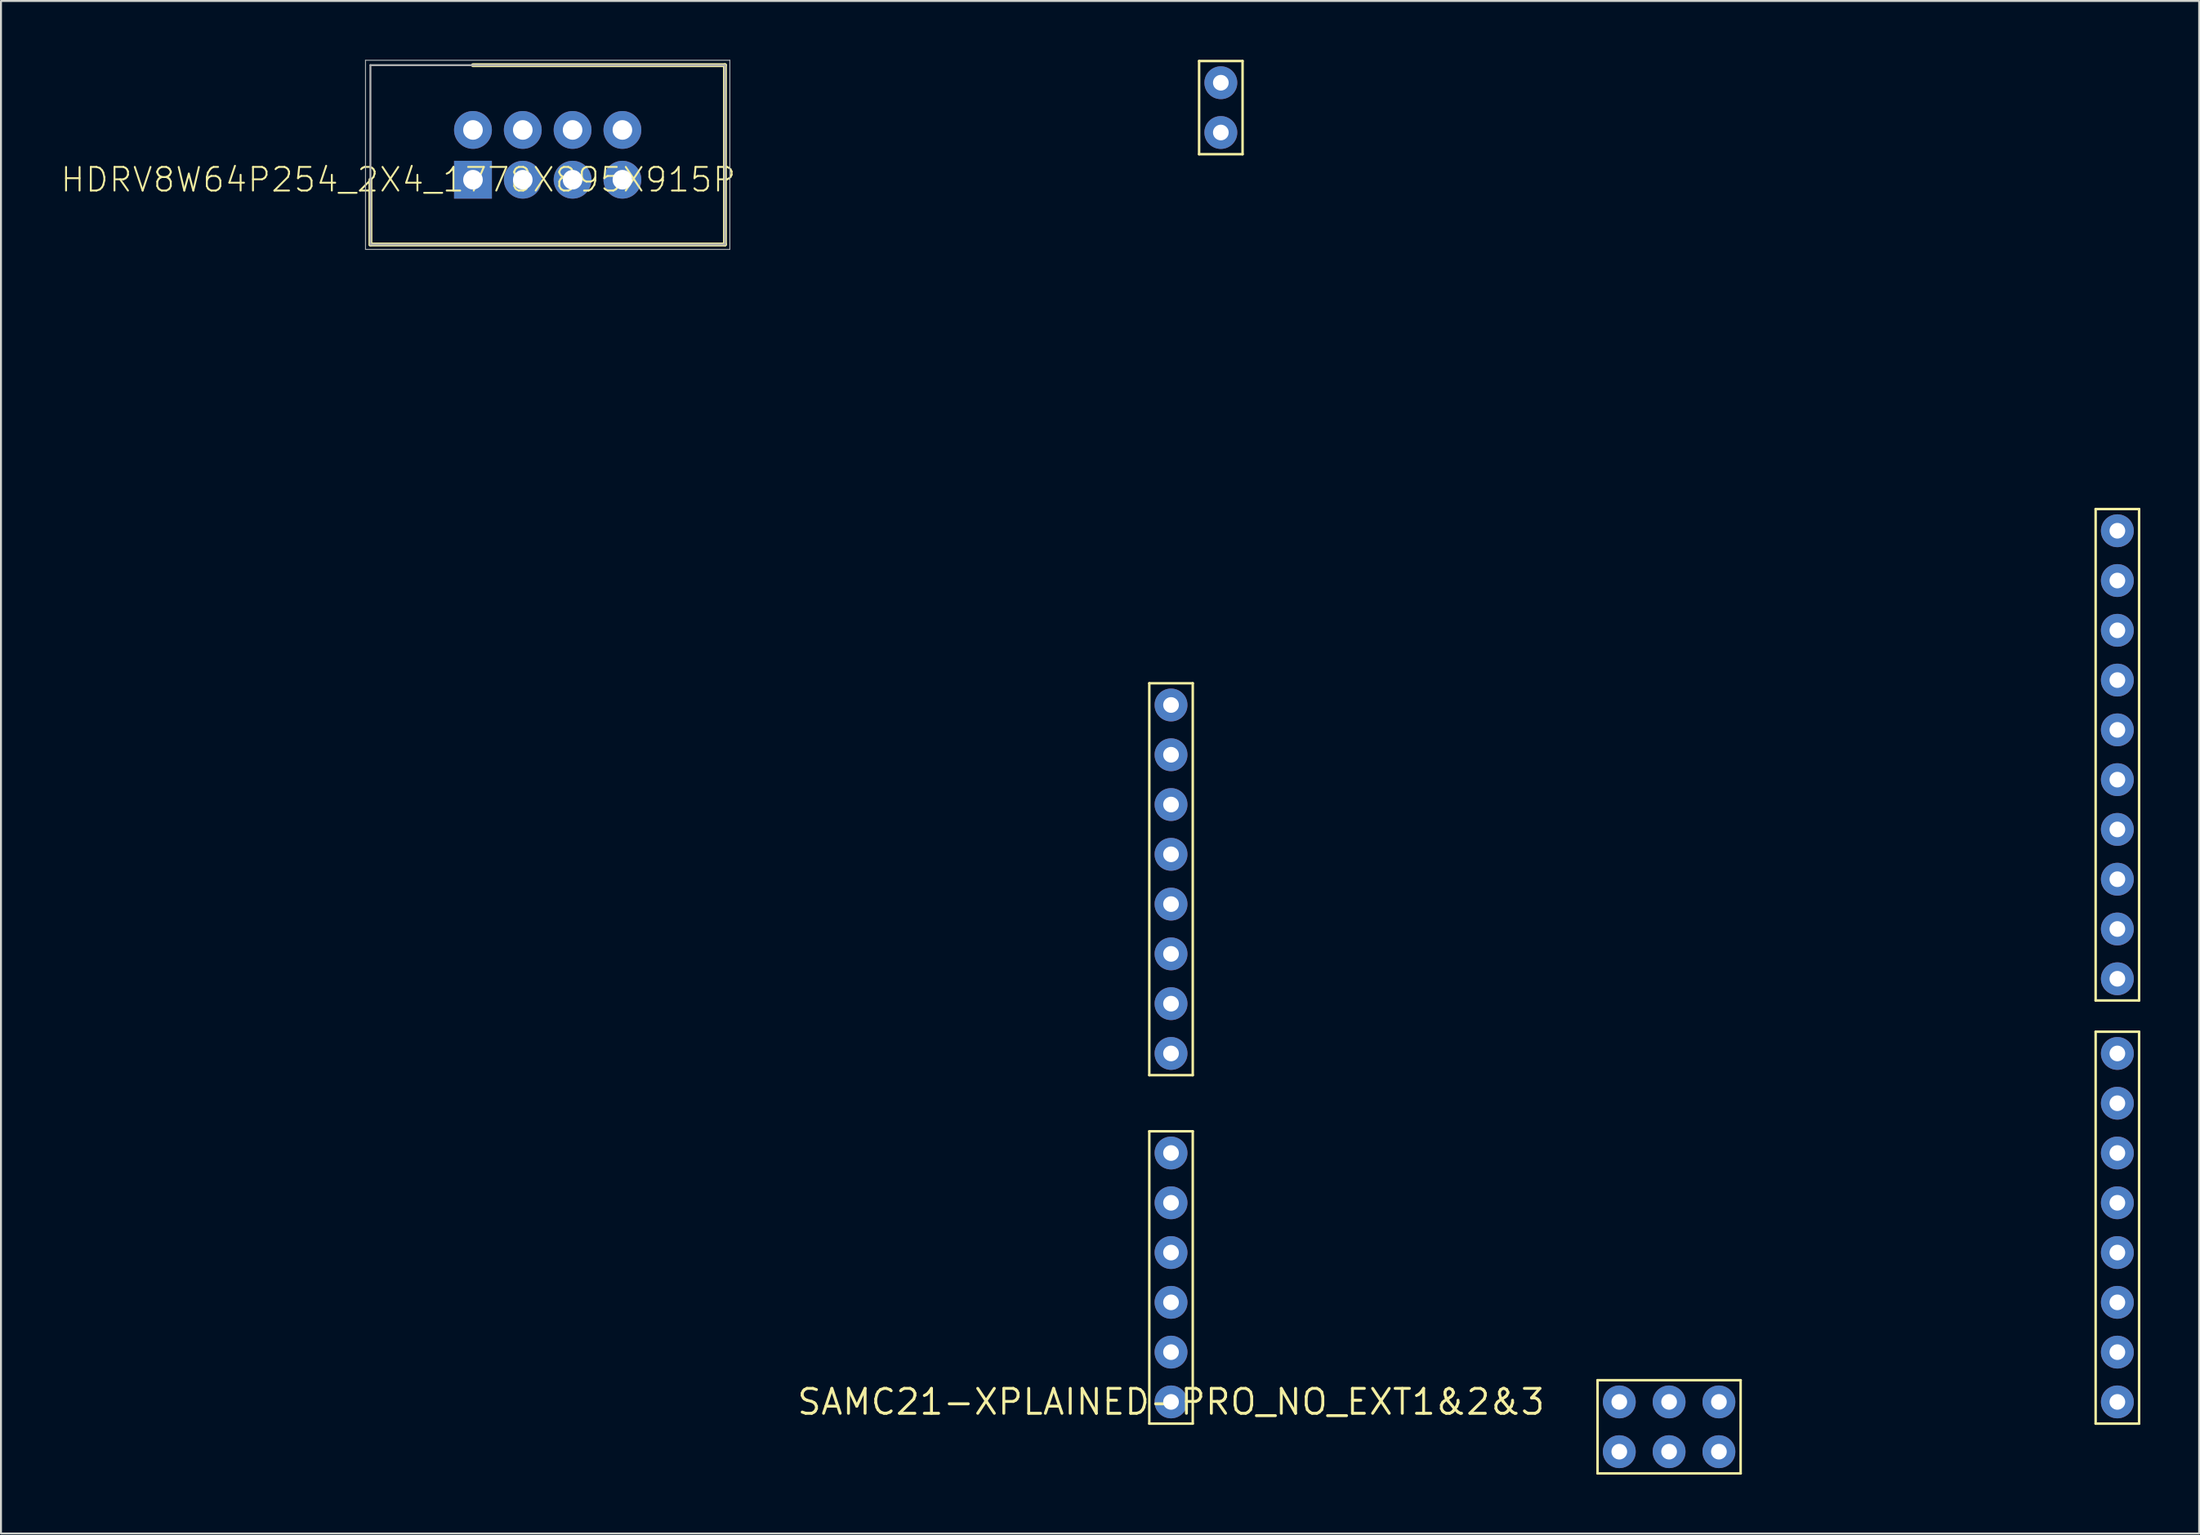
<source format=kicad_pcb>
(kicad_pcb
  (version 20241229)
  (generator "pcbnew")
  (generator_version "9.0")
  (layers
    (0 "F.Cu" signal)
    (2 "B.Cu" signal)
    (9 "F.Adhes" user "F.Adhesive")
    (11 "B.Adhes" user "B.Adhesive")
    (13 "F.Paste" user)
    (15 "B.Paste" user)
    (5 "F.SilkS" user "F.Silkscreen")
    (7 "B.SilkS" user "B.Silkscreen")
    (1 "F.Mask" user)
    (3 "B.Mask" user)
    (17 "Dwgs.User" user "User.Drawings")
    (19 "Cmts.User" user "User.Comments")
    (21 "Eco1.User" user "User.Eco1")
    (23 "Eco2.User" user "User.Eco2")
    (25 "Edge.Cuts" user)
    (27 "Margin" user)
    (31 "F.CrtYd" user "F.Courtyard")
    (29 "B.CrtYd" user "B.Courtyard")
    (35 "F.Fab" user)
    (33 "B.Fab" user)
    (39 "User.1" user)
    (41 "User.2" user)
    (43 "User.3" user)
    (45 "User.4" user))
  (footprint "HDRV8W64P254_2X4_1778X895X915P"
    (layer "F.Cu")
    (at 21.07 6.12)
    (property "Reference" "HDRV8W64P254_2X4_1778X895X915P" (at -3.81 0 180) (layer "F.SilkS") (effects (font (size 1.206 1.206) (thickness 0.097))))
    (attr through_hole)
    (fp_line (start -5.23 0) (end -5.23 3.305) (stroke (width 0.2) (type solid)) (layer "F.SilkS"))
    (fp_line (start -5.23 3.305) (end 12.85 3.305) (stroke (width 0.2) (type solid)) (layer "F.SilkS"))
    (fp_line (start 12.85 -5.845) (end 0 -5.845) (stroke (width 0.2) (type solid)) (layer "F.SilkS"))
    (fp_line (start 12.85 3.305) (end 12.85 -5.845) (stroke (width 0.2) (type solid)) (layer "F.SilkS"))
    (fp_line (start -5.48 -6.095) (end 13.1 -6.095) (stroke (width 0.05) (type solid)) (layer "F.Fab"))
    (fp_line (start -5.48 3.555) (end -5.48 -6.095) (stroke (width 0.05) (type solid)) (layer "F.Fab"))
    (fp_line (start -5.23 -5.845) (end 12.85 -5.845) (stroke (width 0.1) (type solid)) (layer "F.Fab"))
    (fp_line (start -5.23 3.305) (end -5.23 -5.845) (stroke (width 0.1) (type solid)) (layer "F.Fab"))
    (fp_line (start 12.85 -5.845) (end 12.85 3.305) (stroke (width 0.1) (type solid)) (layer "F.Fab"))
    (fp_line (start 12.85 3.305) (end -5.23 3.305) (stroke (width 0.1) (type solid)) (layer "F.Fab"))
    (fp_line (start 13.1 -6.095) (end 13.1 3.555) (stroke (width 0.05) (type solid)) (layer "F.Fab"))
    (fp_line (start 13.1 3.555) (end -5.48 3.555) (stroke (width 0.05) (type solid)) (layer "F.Fab"))
    (pad "1" thru_hole rect (at 0 0) (size 1.93 1.93) (drill 1) (layers "*.Cu" "*.Mask"))
    (pad "2" thru_hole circle (at 0 -2.54) (size 1.93 1.93) (drill 1) (layers "*.Cu" "*.Mask"))
    (pad "3" thru_hole circle (at 2.54 0) (size 1.93 1.93) (drill 1) (layers "*.Cu" "*.Mask"))
    (pad "4" thru_hole circle (at 2.54 -2.54) (size 1.93 1.93) (drill 1) (layers "*.Cu" "*.Mask"))
    (pad "5" thru_hole circle (at 5.08 0) (size 1.93 1.93) (drill 1) (layers "*.Cu" "*.Mask"))
    (pad "6" thru_hole circle (at 5.08 -2.54) (size 1.93 1.93) (drill 1) (layers "*.Cu" "*.Mask"))
    (pad "7" thru_hole circle (at 7.62 0) (size 1.93 1.93) (drill 1) (layers "*.Cu" "*.Mask"))
    (pad "8" thru_hole circle (at 7.62 -2.54) (size 1.93 1.93) (drill 1) (layers "*.Cu" "*.Mask")))
  (footprint "SAMC21-XPLAINED-PRO_NO_EXT1&2&3"
    (layer "F.Cu")
    (at 56.668 68.481)
    (property "Reference" "SAMC21-XPLAINED-PRO_NO_EXT1&2&3" (at 0 0 0) (layer "F.SilkS") (effects (font (size 1.27 1.27) (thickness 0.15))))
    (attr through_hole)
    (fp_line (start -1.108 -36.668) (end 1.108 -36.668) (stroke (width 0.127) (type solid)) (layer "F.SilkS"))
    (fp_line (start -1.108 -16.672) (end -1.108 -36.668) (stroke (width 0.127) (type solid)) (layer "F.SilkS"))
    (fp_line (start -1.108 -13.808) (end 1.108 -13.808) (stroke (width 0.127) (type solid)) (layer "F.SilkS"))
    (fp_line (start -1.108 1.108) (end -1.108 -13.808) (stroke (width 0.127) (type solid)) (layer "F.SilkS"))
    (fp_line (start 1.108 -36.668) (end 1.108 -16.672) (stroke (width 0.127) (type solid)) (layer "F.SilkS"))
    (fp_line (start 1.108 -16.672) (end -1.108 -16.672) (stroke (width 0.127) (type solid)) (layer "F.SilkS"))
    (fp_line (start 1.108 -13.808) (end 1.108 1.108) (stroke (width 0.127) (type solid)) (layer "F.SilkS"))
    (fp_line (start 1.108 1.108) (end -1.108 1.108) (stroke (width 0.127) (type solid)) (layer "F.SilkS"))
    (fp_line (start 1.432 -68.418) (end 3.648 -68.418) (stroke (width 0.127) (type solid)) (layer "F.SilkS"))
    (fp_line (start 1.432 -63.662) (end 1.432 -68.418) (stroke (width 0.127) (type solid)) (layer "F.SilkS"))
    (fp_line (start 3.648 -68.418) (end 3.648 -63.662) (stroke (width 0.127) (type solid)) (layer "F.SilkS"))
    (fp_line (start 3.648 -63.662) (end 1.432 -63.662) (stroke (width 0.127) (type solid)) (layer "F.SilkS"))
    (fp_line (start 21.752 -1.108) (end 29.048 -1.108) (stroke (width 0.127) (type solid)) (layer "F.SilkS"))
    (fp_line (start 21.752 3.648) (end 21.752 -1.108) (stroke (width 0.127) (type solid)) (layer "F.SilkS"))
    (fp_line (start 29.048 -1.108) (end 29.048 3.648) (stroke (width 0.127) (type solid)) (layer "F.SilkS"))
    (fp_line (start 29.048 3.648) (end 21.752 3.648) (stroke (width 0.127) (type solid)) (layer "F.SilkS"))
    (fp_line (start 47.152 -45.558) (end 49.368 -45.558) (stroke (width 0.127) (type solid)) (layer "F.SilkS"))
    (fp_line (start 47.152 -20.482) (end 47.152 -45.558) (stroke (width 0.127) (type solid)) (layer "F.SilkS"))
    (fp_line (start 47.152 -18.888) (end 49.368 -18.888) (stroke (width 0.127) (type solid)) (layer "F.SilkS"))
    (fp_line (start 47.152 1.108) (end 47.152 -18.888) (stroke (width 0.127) (type solid)) (layer "F.SilkS"))
    (fp_line (start 49.368 -45.558) (end 49.368 -20.482) (stroke (width 0.127) (type solid)) (layer "F.SilkS"))
    (fp_line (start 49.368 -20.482) (end 47.152 -20.482) (stroke (width 0.127) (type solid)) (layer "F.SilkS"))
    (fp_line (start 49.368 -18.888) (end 49.368 1.108) (stroke (width 0.127) (type solid)) (layer "F.SilkS"))
    (fp_line (start 49.368 1.108) (end 47.152 1.108) (stroke (width 0.127) (type solid)) (layer "F.SilkS"))
    (pad "CAN-0" thru_hole circle (at 2.54 -64.77 180) (size 1.676 1.676) (drill 0.8) (layers "*.Cu" "*.Mask"))
    (pad "CAN-1" thru_hole circle (at 2.54 -67.31 180) (size 1.676 1.676) (drill 0.8) (layers "*.Cu" "*.Mask"))
    (pad "J800-0" thru_hole circle (at 27.94 0 180) (size 1.676 1.676) (drill 0.8) (layers "*.Cu" "*.Mask"))
    (pad "J800-1" thru_hole circle (at 27.94 2.54 180) (size 1.676 1.676) (drill 0.8) (layers "*.Cu" "*.Mask"))
    (pad "J800-2" thru_hole circle (at 25.4 0 180) (size 1.676 1.676) (drill 0.8) (layers "*.Cu" "*.Mask"))
    (pad "J800-3" thru_hole circle (at 25.4 2.54 180) (size 1.676 1.676) (drill 0.8) (layers "*.Cu" "*.Mask"))
    (pad "J800-4" thru_hole circle (at 22.86 0 180) (size 1.676 1.676) (drill 0.8) (layers "*.Cu" "*.Mask"))
    (pad "J800-5" thru_hole circle (at 22.86 2.54 180) (size 1.676 1.676) (drill 0.8) (layers "*.Cu" "*.Mask"))
    (pad "J801-0" thru_hole circle (at 48.26 -21.59 180) (size 1.676 1.676) (drill 0.8) (layers "*.Cu" "*.Mask"))
    (pad "J801-1" thru_hole circle (at 48.26 -24.13 180) (size 1.676 1.676) (drill 0.8) (layers "*.Cu" "*.Mask"))
    (pad "J801-2" thru_hole circle (at 48.26 -26.67 180) (size 1.676 1.676) (drill 0.8) (layers "*.Cu" "*.Mask"))
    (pad "J801-3" thru_hole circle (at 48.26 -29.21 180) (size 1.676 1.676) (drill 0.8) (layers "*.Cu" "*.Mask"))
    (pad "J801-4" thru_hole circle (at 48.26 -31.75 180) (size 1.676 1.676) (drill 0.8) (layers "*.Cu" "*.Mask"))
    (pad "J801-5" thru_hole circle (at 48.26 -34.29 180) (size 1.676 1.676) (drill 0.8) (layers "*.Cu" "*.Mask"))
    (pad "J801-6" thru_hole circle (at 48.26 -36.83 180) (size 1.676 1.676) (drill 0.8) (layers "*.Cu" "*.Mask"))
    (pad "J801-7" thru_hole circle (at 48.26 -39.37 180) (size 1.676 1.676) (drill 0.8) (layers "*.Cu" "*.Mask"))
    (pad "J801-8" thru_hole circle (at 48.26 -41.91 180) (size 1.676 1.676) (drill 0.8) (layers "*.Cu" "*.Mask"))
    (pad "J801-9" thru_hole circle (at 48.26 -44.45 180) (size 1.676 1.676) (drill 0.8) (layers "*.Cu" "*.Mask"))
    (pad "J802-0" thru_hole circle (at 0 -35.56) (size 1.676 1.676) (drill 0.8) (layers "*.Cu" "*.Mask"))
    (pad "J802-1" thru_hole circle (at 0 -33.02) (size 1.676 1.676) (drill 0.8) (layers "*.Cu" "*.Mask"))
    (pad "J802-2" thru_hole circle (at 0 -30.48) (size 1.676 1.676) (drill 0.8) (layers "*.Cu" "*.Mask"))
    (pad "J802-3" thru_hole circle (at 0 -27.94) (size 1.676 1.676) (drill 0.8) (layers "*.Cu" "*.Mask"))
    (pad "J802-4" thru_hole circle (at 0 -25.4) (size 1.676 1.676) (drill 0.8) (layers "*.Cu" "*.Mask"))
    (pad "J802-5" thru_hole circle (at 0 -22.86) (size 1.676 1.676) (drill 0.8) (layers "*.Cu" "*.Mask"))
    (pad "J802-6" thru_hole circle (at 0 -20.32) (size 1.676 1.676) (drill 0.8) (layers "*.Cu" "*.Mask"))
    (pad "J802-7" thru_hole circle (at 0 -17.78) (size 1.676 1.676) (drill 0.8) (layers "*.Cu" "*.Mask"))
    (pad "J803-0" thru_hole circle (at 0 -12.7) (size 1.676 1.676) (drill 0.8) (layers "*.Cu" "*.Mask"))
    (pad "J803-1" thru_hole circle (at 0 -10.16) (size 1.676 1.676) (drill 0.8) (layers "*.Cu" "*.Mask"))
    (pad "J803-2" thru_hole circle (at 0 -7.62) (size 1.676 1.676) (drill 0.8) (layers "*.Cu" "*.Mask"))
    (pad "J803-3" thru_hole circle (at 0 -5.08) (size 1.676 1.676) (drill 0.8) (layers "*.Cu" "*.Mask"))
    (pad "J803-4" thru_hole circle (at 0 -2.54) (size 1.676 1.676) (drill 0.8) (layers "*.Cu" "*.Mask"))
    (pad "J803-5" thru_hole circle (at 0 0) (size 1.676 1.676) (drill 0.8) (layers "*.Cu" "*.Mask"))
    (pad "J804-0" thru_hole circle (at 48.26 0 180) (size 1.676 1.676) (drill 0.8) (layers "*.Cu" "*.Mask"))
    (pad "J804-1" thru_hole circle (at 48.26 -2.54 180) (size 1.676 1.676) (drill 0.8) (layers "*.Cu" "*.Mask"))
    (pad "J804-2" thru_hole circle (at 48.26 -5.08 180) (size 1.676 1.676) (drill 0.8) (layers "*.Cu" "*.Mask"))
    (pad "J804-3" thru_hole circle (at 48.26 -7.62 180) (size 1.676 1.676) (drill 0.8) (layers "*.Cu" "*.Mask"))
    (pad "J804-4" thru_hole circle (at 48.26 -10.16 180) (size 1.676 1.676) (drill 0.8) (layers "*.Cu" "*.Mask"))
    (pad "J804-5" thru_hole circle (at 48.26 -12.7 180) (size 1.676 1.676) (drill 0.8) (layers "*.Cu" "*.Mask"))
    (pad "J804-6" thru_hole circle (at 48.26 -15.24 180) (size 1.676 1.676) (drill 0.8) (layers "*.Cu" "*.Mask"))
    (pad "J804-7" thru_hole circle (at 48.26 -17.78 180) (size 1.676 1.676) (drill 0.8) (layers "*.Cu" "*.Mask")))
  (gr_rect
    (start -3 -3)
    (end 109.099 75.193)
    (stroke (width 0.1) (type default))
    (fill no)
    (layer "Edge.Cuts")))
</source>
